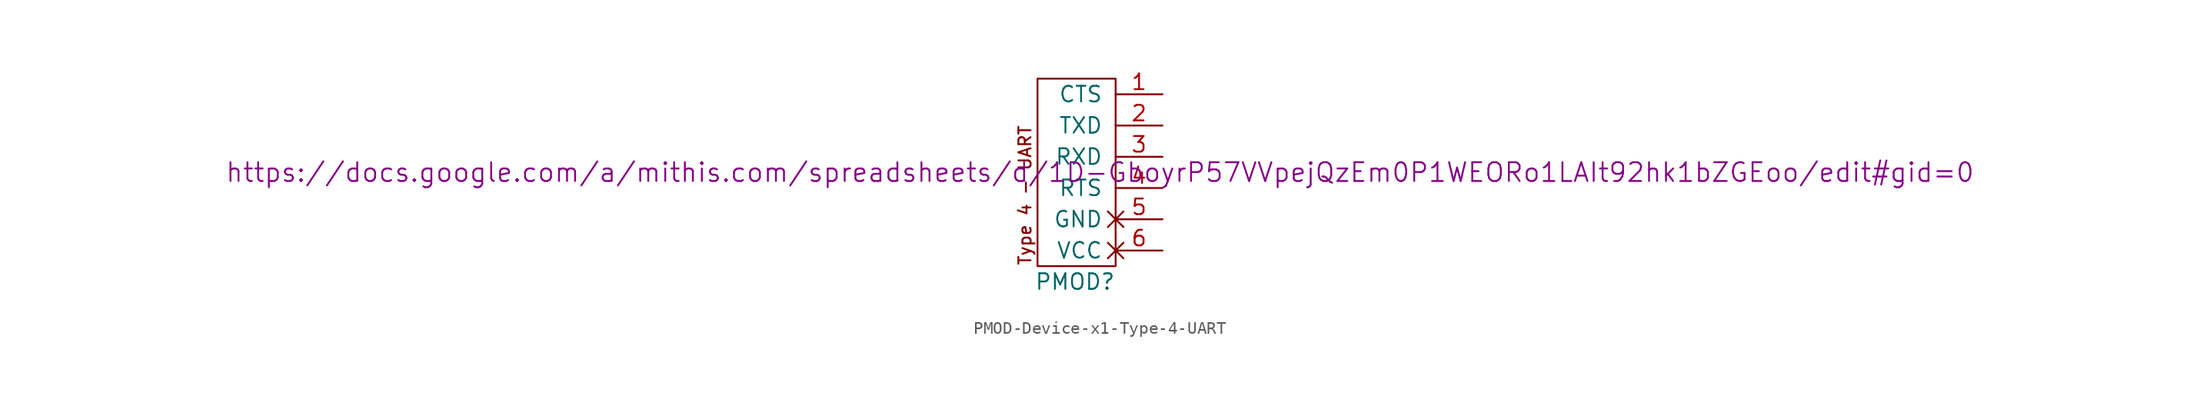
<source format=kicad_sym>
(kicad_symbol_lib
  (version 20231120)
  (generator "kicad_symbol_editor")
  (generator_version "8.0")
  (symbol "PMOD-Device-x1-Type-4-UART"
    (pin_names
      (offset 1.016))
    (property "Reference" "PMOD"
      (at -3.302 -1.27 0)
      (effects (font (size 1.27 1.27))))
    (property "Datasheet" "https://docs.google.com/a/mithis.com/spreadsheets/d/1D-GboyrP57VVpejQzEm0P1WEORo1LAIt92hk1bZGEoo/edit#gid=0"
      (at -1.27 7.62 0)
      (effects (font (size 1.524 1.524))))
    (symbol "PMOD-Device-x1-Type-4-UART_0_0"
      (text "Type 4 - UART" (at -7.366 0 900) (effects (font (size 0.991 0.991)) (justify left))))
    (symbol "PMOD-Device-x1-Type-4-UART_0_1"
      (rectangle (start 0 15.24) (end -6.35 0) (stroke (width 0) (type solid)) (fill (type none))))
    (symbol "PMOD-Device-x1-Type-4-UART_1_1"
      (pin input line (at 3.81 13.97 180) (length 3.81) (name "CTS" (effects (font (size 1.27 1.27)))) (number "1" (effects (font (size 1.27 1.27)))))
      (pin output line (at 3.81 11.43 180) (length 3.81) (name "TXD" (effects (font (size 1.27 1.27)))) (number "2" (effects (font (size 1.27 1.27)))))
      (pin input line (at 3.81 8.89 180) (length 3.81) (name "RXD" (effects (font (size 1.27 1.27)))) (number "3" (effects (font (size 1.27 1.27)))))
      (pin output line (at 3.81 6.35 180) (length 3.81) (name "RTS" (effects (font (size 1.27 1.27)))) (number "4" (effects (font (size 1.27 1.27)))))
      (pin power_out non_logic (at 3.81 3.81 180) (length 3.81) (name "GND" (effects (font (size 1.27 1.27)))) (number "5" (effects (font (size 1.27 1.27)))))
      (pin power_out non_logic (at 3.81 1.27 180) (length 3.81) (name "VCC" (effects (font (size 1.27 1.27)))) (number "6" (effects (font (size 1.27 1.27))))))))
</source>
